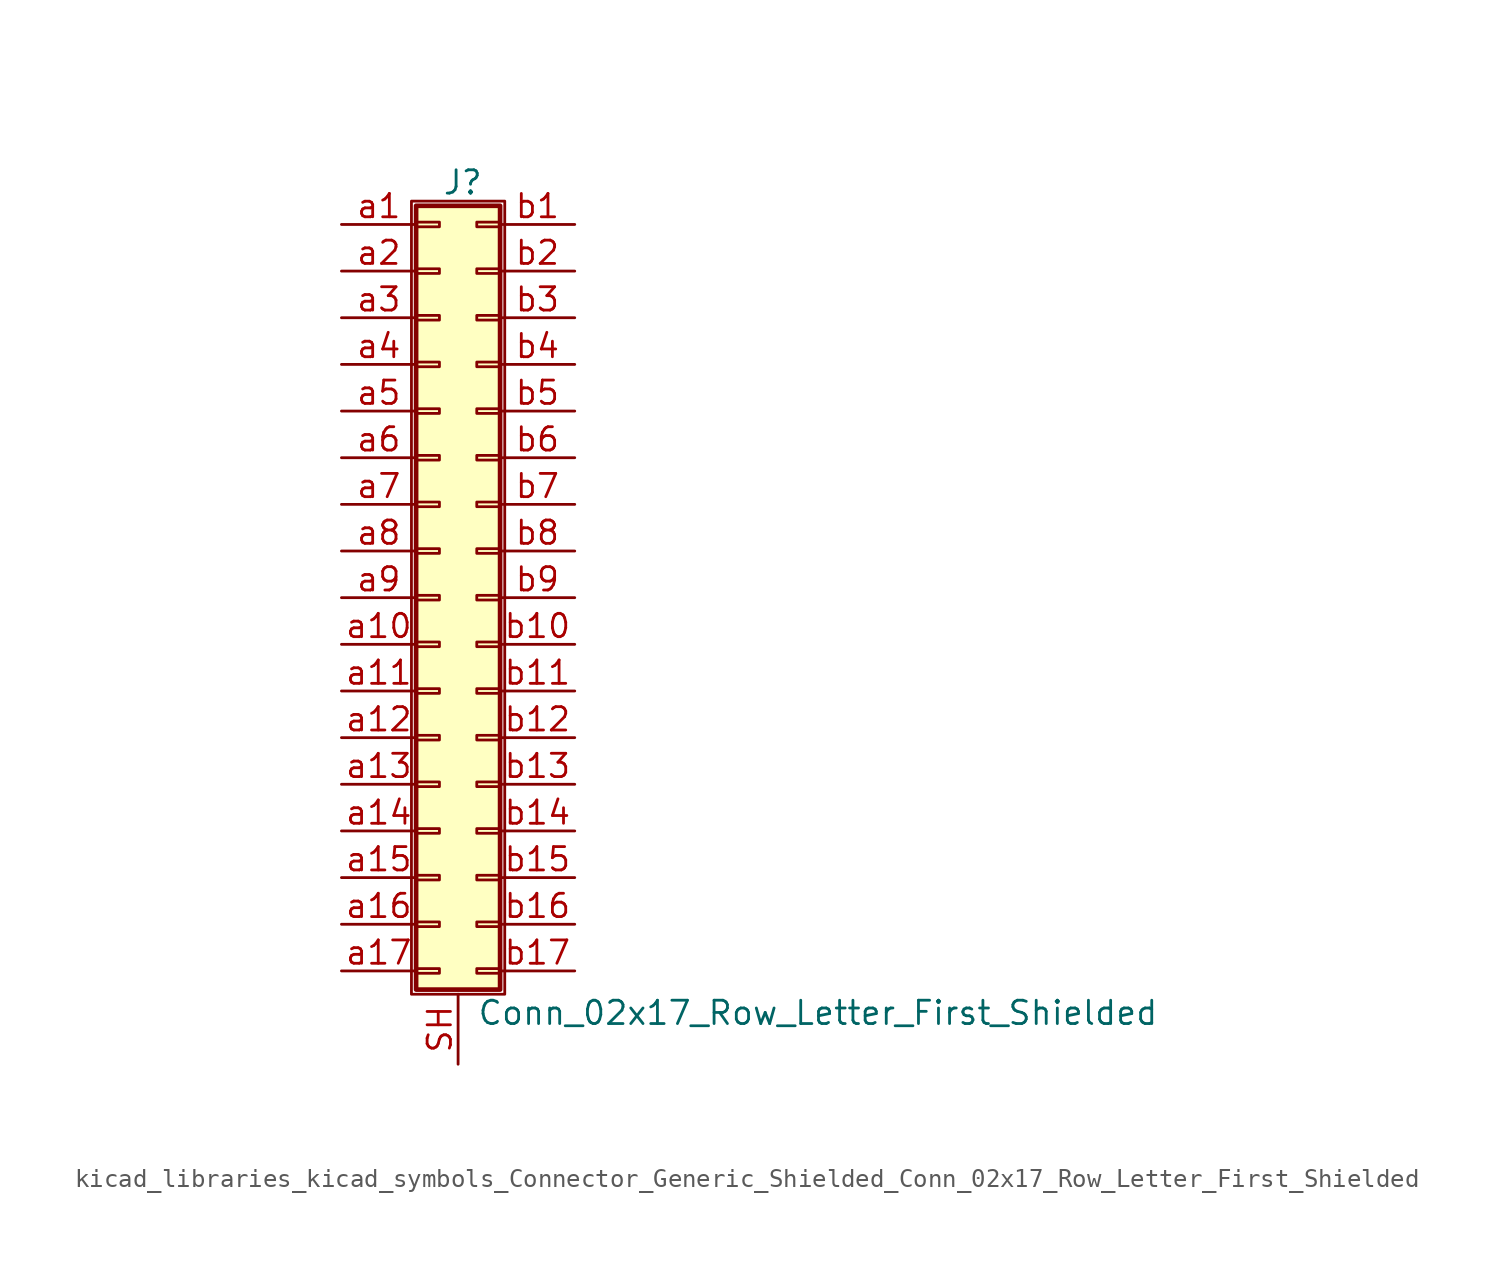
<source format=kicad_sym>
(kicad_symbol_lib
  (version 20220914)
  (generator kicad_symbol_editor)
  (symbol "kicad_libraries_kicad_symbols_Connector_Generic_Shielded_Conn_02x17_Row_Letter_First_Shielded"
    (pin_names
      (offset 1.016) hide)
    (property "Reference" "J"
      (at 1.524 22.606 0)
      (effects (font (size 1.27 1.27))))
    (property "Value" "Conn_02x17_Row_Letter_First_Shielded"
      (at 2.286 -22.606 0)
      (effects (font (size 1.27 1.27)) (justify left)))
    (symbol "kicad_libraries_kicad_symbols_Connector_Generic_Shielded_Conn_02x17_Row_Letter_First_Shielded_1_1"
      (rectangle (start -1.27 21.59) (end 3.81 -21.59) (stroke (width 0.152) (type default)) (fill (type none)))
      (rectangle (start -1.016 -20.193) (end 0.254 -20.447) (stroke (width 0.152) (type default)) (fill (type none)))
      (rectangle (start -1.016 -17.653) (end 0.254 -17.907) (stroke (width 0.152) (type default)) (fill (type none)))
      (rectangle (start -1.016 -15.113) (end 0.254 -15.367) (stroke (width 0.152) (type default)) (fill (type none)))
      (rectangle (start -1.016 -12.573) (end 0.254 -12.827) (stroke (width 0.152) (type default)) (fill (type none)))
      (rectangle (start -1.016 -10.033) (end 0.254 -10.287) (stroke (width 0.152) (type default)) (fill (type none)))
      (rectangle (start -1.016 -7.493) (end 0.254 -7.747) (stroke (width 0.152) (type default)) (fill (type none)))
      (rectangle (start -1.016 -4.953) (end 0.254 -5.207) (stroke (width 0.152) (type default)) (fill (type none)))
      (rectangle (start -1.016 -2.413) (end 0.254 -2.667) (stroke (width 0.152) (type default)) (fill (type none)))
      (rectangle (start -1.016 0.127) (end 0.254 -0.127) (stroke (width 0.152) (type default)) (fill (type none)))
      (rectangle (start -1.016 2.667) (end 0.254 2.413) (stroke (width 0.152) (type default)) (fill (type none)))
      (rectangle (start -1.016 5.207) (end 0.254 4.953) (stroke (width 0.152) (type default)) (fill (type none)))
      (rectangle (start -1.016 7.747) (end 0.254 7.493) (stroke (width 0.152) (type default)) (fill (type none)))
      (rectangle (start -1.016 10.287) (end 0.254 10.033) (stroke (width 0.152) (type default)) (fill (type none)))
      (rectangle (start -1.016 12.827) (end 0.254 12.573) (stroke (width 0.152) (type default)) (fill (type none)))
      (rectangle (start -1.016 15.367) (end 0.254 15.113) (stroke (width 0.152) (type default)) (fill (type none)))
      (rectangle (start -1.016 17.907) (end 0.254 17.653) (stroke (width 0.152) (type default)) (fill (type none)))
      (rectangle (start -1.016 20.447) (end 0.254 20.193) (stroke (width 0.152) (type default)) (fill (type none)))
      (rectangle (start -1.016 21.336) (end 3.556 -21.336) (stroke (width 0.254) (type default)) (fill (type background)))
      (rectangle (start 3.556 -20.193) (end 2.286 -20.447) (stroke (width 0.152) (type default)) (fill (type none)))
      (rectangle (start 3.556 -17.653) (end 2.286 -17.907) (stroke (width 0.152) (type default)) (fill (type none)))
      (rectangle (start 3.556 -15.113) (end 2.286 -15.367) (stroke (width 0.152) (type default)) (fill (type none)))
      (rectangle (start 3.556 -12.573) (end 2.286 -12.827) (stroke (width 0.152) (type default)) (fill (type none)))
      (rectangle (start 3.556 -10.033) (end 2.286 -10.287) (stroke (width 0.152) (type default)) (fill (type none)))
      (rectangle (start 3.556 -7.493) (end 2.286 -7.747) (stroke (width 0.152) (type default)) (fill (type none)))
      (rectangle (start 3.556 -4.953) (end 2.286 -5.207) (stroke (width 0.152) (type default)) (fill (type none)))
      (rectangle (start 3.556 -2.413) (end 2.286 -2.667) (stroke (width 0.152) (type default)) (fill (type none)))
      (rectangle (start 3.556 0.127) (end 2.286 -0.127) (stroke (width 0.152) (type default)) (fill (type none)))
      (rectangle (start 3.556 2.667) (end 2.286 2.413) (stroke (width 0.152) (type default)) (fill (type none)))
      (rectangle (start 3.556 5.207) (end 2.286 4.953) (stroke (width 0.152) (type default)) (fill (type none)))
      (rectangle (start 3.556 7.747) (end 2.286 7.493) (stroke (width 0.152) (type default)) (fill (type none)))
      (rectangle (start 3.556 10.287) (end 2.286 10.033) (stroke (width 0.152) (type default)) (fill (type none)))
      (rectangle (start 3.556 12.827) (end 2.286 12.573) (stroke (width 0.152) (type default)) (fill (type none)))
      (rectangle (start 3.556 15.367) (end 2.286 15.113) (stroke (width 0.152) (type default)) (fill (type none)))
      (rectangle (start 3.556 17.907) (end 2.286 17.653) (stroke (width 0.152) (type default)) (fill (type none)))
      (rectangle (start 3.556 20.447) (end 2.286 20.193) (stroke (width 0.152) (type default)) (fill (type none)))
      (pin passive line (at 1.27 -25.4 90) (length 3.81) (name "Shield" (effects (font (size 1.27 1.27)))) (number "SH" (effects (font (size 1.27 1.27)))))
      (pin passive line (at -5.08 20.32 0) (length 4.064) (name "Pin_a1" (effects (font (size 1.27 1.27)))) (number "a1" (effects (font (size 1.27 1.27)))))
      (pin passive line (at -5.08 -2.54 0) (length 4.064) (name "Pin_a10" (effects (font (size 1.27 1.27)))) (number "a10" (effects (font (size 1.27 1.27)))))
      (pin passive line (at -5.08 -5.08 0) (length 4.064) (name "Pin_a11" (effects (font (size 1.27 1.27)))) (number "a11" (effects (font (size 1.27 1.27)))))
      (pin passive line (at -5.08 -7.62 0) (length 4.064) (name "Pin_a12" (effects (font (size 1.27 1.27)))) (number "a12" (effects (font (size 1.27 1.27)))))
      (pin passive line (at -5.08 -10.16 0) (length 4.064) (name "Pin_a13" (effects (font (size 1.27 1.27)))) (number "a13" (effects (font (size 1.27 1.27)))))
      (pin passive line (at -5.08 -12.7 0) (length 4.064) (name "Pin_a14" (effects (font (size 1.27 1.27)))) (number "a14" (effects (font (size 1.27 1.27)))))
      (pin passive line (at -5.08 -15.24 0) (length 4.064) (name "Pin_a15" (effects (font (size 1.27 1.27)))) (number "a15" (effects (font (size 1.27 1.27)))))
      (pin passive line (at -5.08 -17.78 0) (length 4.064) (name "Pin_a16" (effects (font (size 1.27 1.27)))) (number "a16" (effects (font (size 1.27 1.27)))))
      (pin passive line (at -5.08 -20.32 0) (length 4.064) (name "Pin_a17" (effects (font (size 1.27 1.27)))) (number "a17" (effects (font (size 1.27 1.27)))))
      (pin passive line (at -5.08 17.78 0) (length 4.064) (name "Pin_a2" (effects (font (size 1.27 1.27)))) (number "a2" (effects (font (size 1.27 1.27)))))
      (pin passive line (at -5.08 15.24 0) (length 4.064) (name "Pin_a3" (effects (font (size 1.27 1.27)))) (number "a3" (effects (font (size 1.27 1.27)))))
      (pin passive line (at -5.08 12.7 0) (length 4.064) (name "Pin_a4" (effects (font (size 1.27 1.27)))) (number "a4" (effects (font (size 1.27 1.27)))))
      (pin passive line (at -5.08 10.16 0) (length 4.064) (name "Pin_a5" (effects (font (size 1.27 1.27)))) (number "a5" (effects (font (size 1.27 1.27)))))
      (pin passive line (at -5.08 7.62 0) (length 4.064) (name "Pin_a6" (effects (font (size 1.27 1.27)))) (number "a6" (effects (font (size 1.27 1.27)))))
      (pin passive line (at -5.08 5.08 0) (length 4.064) (name "Pin_a7" (effects (font (size 1.27 1.27)))) (number "a7" (effects (font (size 1.27 1.27)))))
      (pin passive line (at -5.08 2.54 0) (length 4.064) (name "Pin_a8" (effects (font (size 1.27 1.27)))) (number "a8" (effects (font (size 1.27 1.27)))))
      (pin passive line (at -5.08 0 0) (length 4.064) (name "Pin_a9" (effects (font (size 1.27 1.27)))) (number "a9" (effects (font (size 1.27 1.27)))))
      (pin passive line (at 7.62 20.32 180) (length 4.064) (name "Pin_b1" (effects (font (size 1.27 1.27)))) (number "b1" (effects (font (size 1.27 1.27)))))
      (pin passive line (at 7.62 -2.54 180) (length 4.064) (name "Pin_b10" (effects (font (size 1.27 1.27)))) (number "b10" (effects (font (size 1.27 1.27)))))
      (pin passive line (at 7.62 -5.08 180) (length 4.064) (name "Pin_b11" (effects (font (size 1.27 1.27)))) (number "b11" (effects (font (size 1.27 1.27)))))
      (pin passive line (at 7.62 -7.62 180) (length 4.064) (name "Pin_b12" (effects (font (size 1.27 1.27)))) (number "b12" (effects (font (size 1.27 1.27)))))
      (pin passive line (at 7.62 -10.16 180) (length 4.064) (name "Pin_b13" (effects (font (size 1.27 1.27)))) (number "b13" (effects (font (size 1.27 1.27)))))
      (pin passive line (at 7.62 -12.7 180) (length 4.064) (name "Pin_b14" (effects (font (size 1.27 1.27)))) (number "b14" (effects (font (size 1.27 1.27)))))
      (pin passive line (at 7.62 -15.24 180) (length 4.064) (name "Pin_b15" (effects (font (size 1.27 1.27)))) (number "b15" (effects (font (size 1.27 1.27)))))
      (pin passive line (at 7.62 -17.78 180) (length 4.064) (name "Pin_b16" (effects (font (size 1.27 1.27)))) (number "b16" (effects (font (size 1.27 1.27)))))
      (pin passive line (at 7.62 -20.32 180) (length 4.064) (name "Pin_b17" (effects (font (size 1.27 1.27)))) (number "b17" (effects (font (size 1.27 1.27)))))
      (pin passive line (at 7.62 17.78 180) (length 4.064) (name "Pin_b2" (effects (font (size 1.27 1.27)))) (number "b2" (effects (font (size 1.27 1.27)))))
      (pin passive line (at 7.62 15.24 180) (length 4.064) (name "Pin_b3" (effects (font (size 1.27 1.27)))) (number "b3" (effects (font (size 1.27 1.27)))))
      (pin passive line (at 7.62 12.7 180) (length 4.064) (name "Pin_b4" (effects (font (size 1.27 1.27)))) (number "b4" (effects (font (size 1.27 1.27)))))
      (pin passive line (at 7.62 10.16 180) (length 4.064) (name "Pin_b5" (effects (font (size 1.27 1.27)))) (number "b5" (effects (font (size 1.27 1.27)))))
      (pin passive line (at 7.62 7.62 180) (length 4.064) (name "Pin_b6" (effects (font (size 1.27 1.27)))) (number "b6" (effects (font (size 1.27 1.27)))))
      (pin passive line (at 7.62 5.08 180) (length 4.064) (name "Pin_b7" (effects (font (size 1.27 1.27)))) (number "b7" (effects (font (size 1.27 1.27)))))
      (pin passive line (at 7.62 2.54 180) (length 4.064) (name "Pin_b8" (effects (font (size 1.27 1.27)))) (number "b8" (effects (font (size 1.27 1.27)))))
      (pin passive line (at 7.62 0 180) (length 4.064) (name "Pin_b9" (effects (font (size 1.27 1.27)))) (number "b9" (effects (font (size 1.27 1.27))))))))
</source>
